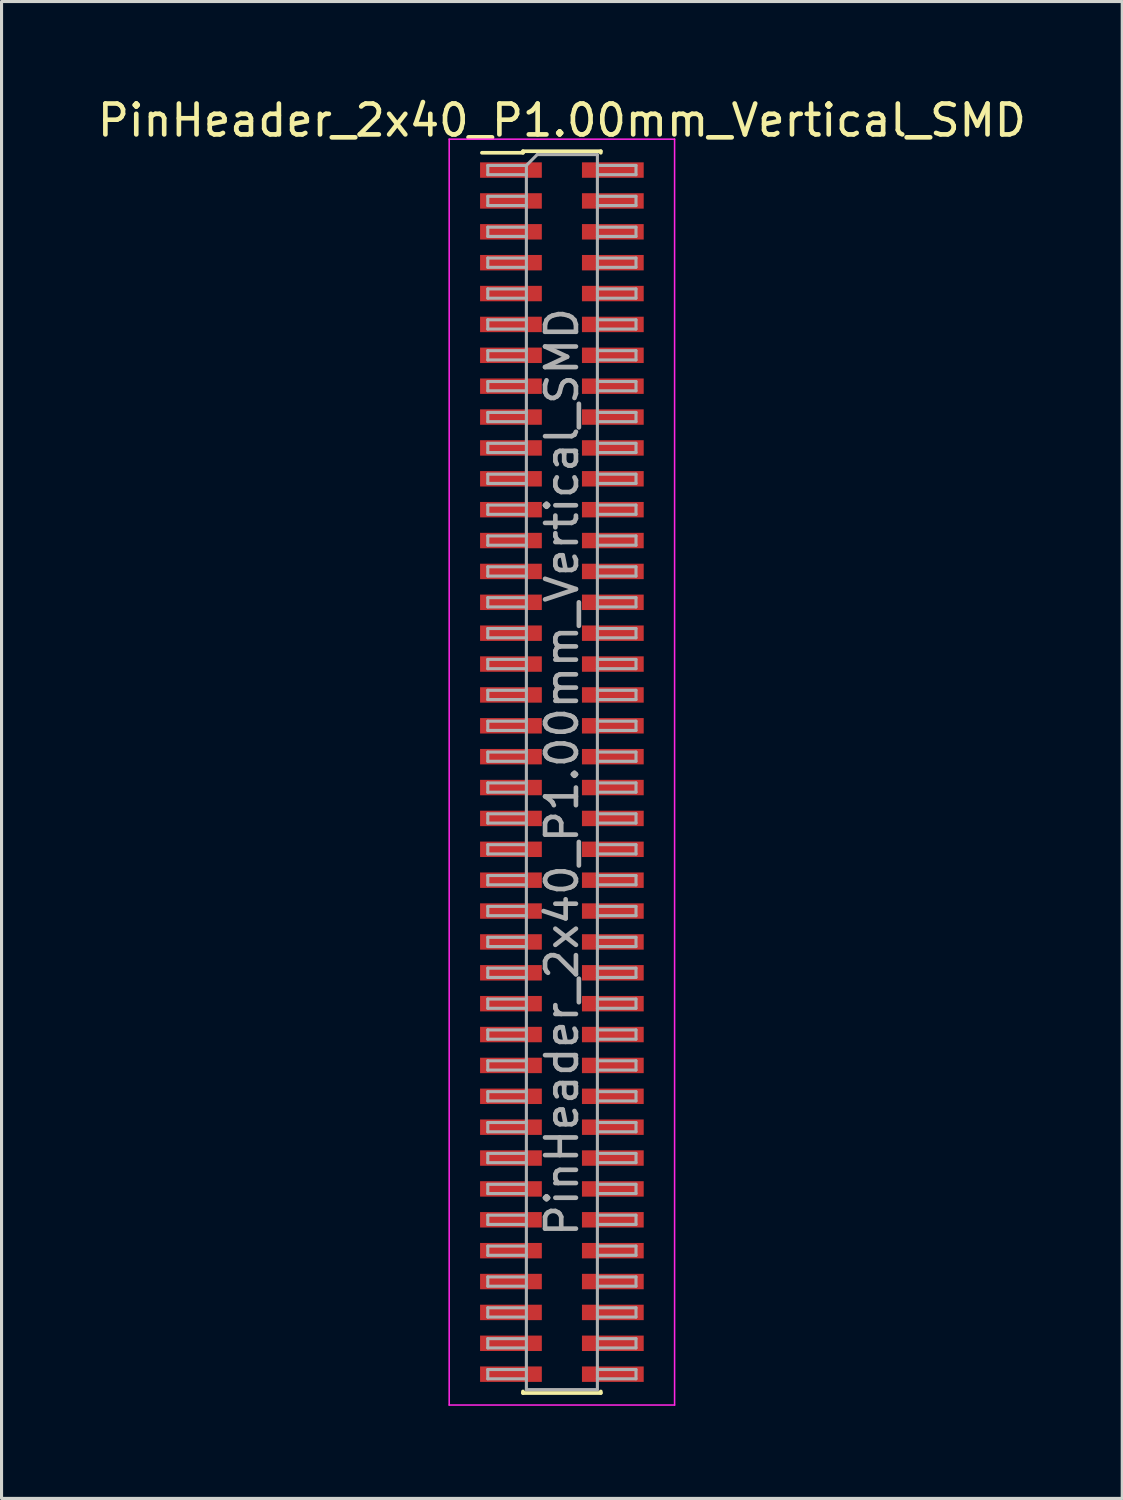
<source format=kicad_pcb>
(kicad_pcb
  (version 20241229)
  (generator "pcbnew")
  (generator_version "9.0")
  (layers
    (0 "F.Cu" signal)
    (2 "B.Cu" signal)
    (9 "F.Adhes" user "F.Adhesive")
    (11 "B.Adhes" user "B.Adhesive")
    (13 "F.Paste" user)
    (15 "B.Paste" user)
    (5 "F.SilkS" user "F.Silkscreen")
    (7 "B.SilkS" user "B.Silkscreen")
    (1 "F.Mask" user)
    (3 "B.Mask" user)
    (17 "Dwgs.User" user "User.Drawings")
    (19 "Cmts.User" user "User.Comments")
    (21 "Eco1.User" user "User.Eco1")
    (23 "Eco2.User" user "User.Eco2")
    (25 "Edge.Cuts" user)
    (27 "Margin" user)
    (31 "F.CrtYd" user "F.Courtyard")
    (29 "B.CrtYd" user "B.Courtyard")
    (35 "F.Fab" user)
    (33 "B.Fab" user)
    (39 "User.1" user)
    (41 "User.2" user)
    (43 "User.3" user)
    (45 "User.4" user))
  (footprint "PinHeader_2x40_P1.00mm_Vertical_SMD"
    (layer "F.Cu")
    (at 15.149 21.958)
    (property "Reference" "PinHeader_2x40_P1.00mm_Vertical_SMD" (at 0 -21.11 0) (layer "F.SilkS") (effects (font (size 1 1) (thickness 0.15))))
    (attr smd)
    (fp_line (start -2.59 -20.06) (end -1.26 -20.06) (stroke (width 0.12) (type solid)) (layer "F.SilkS"))
    (fp_line (start -1.26 -20.11) (end -1.26 -20.06) (stroke (width 0.12) (type solid)) (layer "F.SilkS"))
    (fp_line (start -1.26 -20.11) (end 1.26 -20.11) (stroke (width 0.12) (type solid)) (layer "F.SilkS"))
    (fp_line (start -1.26 20.06) (end -1.26 20.11) (stroke (width 0.12) (type solid)) (layer "F.SilkS"))
    (fp_line (start -1.26 20.11) (end 1.26 20.11) (stroke (width 0.12) (type solid)) (layer "F.SilkS"))
    (fp_line (start 1.26 -20.11) (end 1.26 -20.06) (stroke (width 0.12) (type solid)) (layer "F.SilkS"))
    (fp_line (start 1.26 20.06) (end 1.26 20.11) (stroke (width 0.12) (type solid)) (layer "F.SilkS"))
    (fp_line (start -3.65 -20.5) (end -3.65 20.5) (stroke (width 0.05) (type solid)) (layer "F.CrtYd"))
    (fp_line (start -3.65 20.5) (end 3.65 20.5) (stroke (width 0.05) (type solid)) (layer "F.CrtYd"))
    (fp_line (start 3.65 -20.5) (end -3.65 -20.5) (stroke (width 0.05) (type solid)) (layer "F.CrtYd"))
    (fp_line (start 3.65 20.5) (end 3.65 -20.5) (stroke (width 0.05) (type solid)) (layer "F.CrtYd"))
    (fp_line (start -2.4 -19.65) (end -2.4 -19.35) (stroke (width 0.1) (type solid)) (layer "F.Fab"))
    (fp_line (start -2.4 -19.35) (end -1.15 -19.35) (stroke (width 0.1) (type solid)) (layer "F.Fab"))
    (fp_line (start -2.4 -18.65) (end -2.4 -18.35) (stroke (width 0.1) (type solid)) (layer "F.Fab"))
    (fp_line (start -2.4 -18.35) (end -1.15 -18.35) (stroke (width 0.1) (type solid)) (layer "F.Fab"))
    (fp_line (start -2.4 -17.65) (end -2.4 -17.35) (stroke (width 0.1) (type solid)) (layer "F.Fab"))
    (fp_line (start -2.4 -17.35) (end -1.15 -17.35) (stroke (width 0.1) (type solid)) (layer "F.Fab"))
    (fp_line (start -2.4 -16.65) (end -2.4 -16.35) (stroke (width 0.1) (type solid)) (layer "F.Fab"))
    (fp_line (start -2.4 -16.35) (end -1.15 -16.35) (stroke (width 0.1) (type solid)) (layer "F.Fab"))
    (fp_line (start -2.4 -15.65) (end -2.4 -15.35) (stroke (width 0.1) (type solid)) (layer "F.Fab"))
    (fp_line (start -2.4 -15.35) (end -1.15 -15.35) (stroke (width 0.1) (type solid)) (layer "F.Fab"))
    (fp_line (start -2.4 -14.65) (end -2.4 -14.35) (stroke (width 0.1) (type solid)) (layer "F.Fab"))
    (fp_line (start -2.4 -14.35) (end -1.15 -14.35) (stroke (width 0.1) (type solid)) (layer "F.Fab"))
    (fp_line (start -2.4 -13.65) (end -2.4 -13.35) (stroke (width 0.1) (type solid)) (layer "F.Fab"))
    (fp_line (start -2.4 -13.35) (end -1.15 -13.35) (stroke (width 0.1) (type solid)) (layer "F.Fab"))
    (fp_line (start -2.4 -12.65) (end -2.4 -12.35) (stroke (width 0.1) (type solid)) (layer "F.Fab"))
    (fp_line (start -2.4 -12.35) (end -1.15 -12.35) (stroke (width 0.1) (type solid)) (layer "F.Fab"))
    (fp_line (start -2.4 -11.65) (end -2.4 -11.35) (stroke (width 0.1) (type solid)) (layer "F.Fab"))
    (fp_line (start -2.4 -11.35) (end -1.15 -11.35) (stroke (width 0.1) (type solid)) (layer "F.Fab"))
    (fp_line (start -2.4 -10.65) (end -2.4 -10.35) (stroke (width 0.1) (type solid)) (layer "F.Fab"))
    (fp_line (start -2.4 -10.35) (end -1.15 -10.35) (stroke (width 0.1) (type solid)) (layer "F.Fab"))
    (fp_line (start -2.4 -9.65) (end -2.4 -9.35) (stroke (width 0.1) (type solid)) (layer "F.Fab"))
    (fp_line (start -2.4 -9.35) (end -1.15 -9.35) (stroke (width 0.1) (type solid)) (layer "F.Fab"))
    (fp_line (start -2.4 -8.65) (end -2.4 -8.35) (stroke (width 0.1) (type solid)) (layer "F.Fab"))
    (fp_line (start -2.4 -8.35) (end -1.15 -8.35) (stroke (width 0.1) (type solid)) (layer "F.Fab"))
    (fp_line (start -2.4 -7.65) (end -2.4 -7.35) (stroke (width 0.1) (type solid)) (layer "F.Fab"))
    (fp_line (start -2.4 -7.35) (end -1.15 -7.35) (stroke (width 0.1) (type solid)) (layer "F.Fab"))
    (fp_line (start -2.4 -6.65) (end -2.4 -6.35) (stroke (width 0.1) (type solid)) (layer "F.Fab"))
    (fp_line (start -2.4 -6.35) (end -1.15 -6.35) (stroke (width 0.1) (type solid)) (layer "F.Fab"))
    (fp_line (start -2.4 -5.65) (end -2.4 -5.35) (stroke (width 0.1) (type solid)) (layer "F.Fab"))
    (fp_line (start -2.4 -5.35) (end -1.15 -5.35) (stroke (width 0.1) (type solid)) (layer "F.Fab"))
    (fp_line (start -2.4 -4.65) (end -2.4 -4.35) (stroke (width 0.1) (type solid)) (layer "F.Fab"))
    (fp_line (start -2.4 -4.35) (end -1.15 -4.35) (stroke (width 0.1) (type solid)) (layer "F.Fab"))
    (fp_line (start -2.4 -3.65) (end -2.4 -3.35) (stroke (width 0.1) (type solid)) (layer "F.Fab"))
    (fp_line (start -2.4 -3.35) (end -1.15 -3.35) (stroke (width 0.1) (type solid)) (layer "F.Fab"))
    (fp_line (start -2.4 -2.65) (end -2.4 -2.35) (stroke (width 0.1) (type solid)) (layer "F.Fab"))
    (fp_line (start -2.4 -2.35) (end -1.15 -2.35) (stroke (width 0.1) (type solid)) (layer "F.Fab"))
    (fp_line (start -2.4 -1.65) (end -2.4 -1.35) (stroke (width 0.1) (type solid)) (layer "F.Fab"))
    (fp_line (start -2.4 -1.35) (end -1.15 -1.35) (stroke (width 0.1) (type solid)) (layer "F.Fab"))
    (fp_line (start -2.4 -0.65) (end -2.4 -0.35) (stroke (width 0.1) (type solid)) (layer "F.Fab"))
    (fp_line (start -2.4 -0.35) (end -1.15 -0.35) (stroke (width 0.1) (type solid)) (layer "F.Fab"))
    (fp_line (start -2.4 0.35) (end -2.4 0.65) (stroke (width 0.1) (type solid)) (layer "F.Fab"))
    (fp_line (start -2.4 0.65) (end -1.15 0.65) (stroke (width 0.1) (type solid)) (layer "F.Fab"))
    (fp_line (start -2.4 1.35) (end -2.4 1.65) (stroke (width 0.1) (type solid)) (layer "F.Fab"))
    (fp_line (start -2.4 1.65) (end -1.15 1.65) (stroke (width 0.1) (type solid)) (layer "F.Fab"))
    (fp_line (start -2.4 2.35) (end -2.4 2.65) (stroke (width 0.1) (type solid)) (layer "F.Fab"))
    (fp_line (start -2.4 2.65) (end -1.15 2.65) (stroke (width 0.1) (type solid)) (layer "F.Fab"))
    (fp_line (start -2.4 3.35) (end -2.4 3.65) (stroke (width 0.1) (type solid)) (layer "F.Fab"))
    (fp_line (start -2.4 3.65) (end -1.15 3.65) (stroke (width 0.1) (type solid)) (layer "F.Fab"))
    (fp_line (start -2.4 4.35) (end -2.4 4.65) (stroke (width 0.1) (type solid)) (layer "F.Fab"))
    (fp_line (start -2.4 4.65) (end -1.15 4.65) (stroke (width 0.1) (type solid)) (layer "F.Fab"))
    (fp_line (start -2.4 5.35) (end -2.4 5.65) (stroke (width 0.1) (type solid)) (layer "F.Fab"))
    (fp_line (start -2.4 5.65) (end -1.15 5.65) (stroke (width 0.1) (type solid)) (layer "F.Fab"))
    (fp_line (start -2.4 6.35) (end -2.4 6.65) (stroke (width 0.1) (type solid)) (layer "F.Fab"))
    (fp_line (start -2.4 6.65) (end -1.15 6.65) (stroke (width 0.1) (type solid)) (layer "F.Fab"))
    (fp_line (start -2.4 7.35) (end -2.4 7.65) (stroke (width 0.1) (type solid)) (layer "F.Fab"))
    (fp_line (start -2.4 7.65) (end -1.15 7.65) (stroke (width 0.1) (type solid)) (layer "F.Fab"))
    (fp_line (start -2.4 8.35) (end -2.4 8.65) (stroke (width 0.1) (type solid)) (layer "F.Fab"))
    (fp_line (start -2.4 8.65) (end -1.15 8.65) (stroke (width 0.1) (type solid)) (layer "F.Fab"))
    (fp_line (start -2.4 9.35) (end -2.4 9.65) (stroke (width 0.1) (type solid)) (layer "F.Fab"))
    (fp_line (start -2.4 9.65) (end -1.15 9.65) (stroke (width 0.1) (type solid)) (layer "F.Fab"))
    (fp_line (start -2.4 10.35) (end -2.4 10.65) (stroke (width 0.1) (type solid)) (layer "F.Fab"))
    (fp_line (start -2.4 10.65) (end -1.15 10.65) (stroke (width 0.1) (type solid)) (layer "F.Fab"))
    (fp_line (start -2.4 11.35) (end -2.4 11.65) (stroke (width 0.1) (type solid)) (layer "F.Fab"))
    (fp_line (start -2.4 11.65) (end -1.15 11.65) (stroke (width 0.1) (type solid)) (layer "F.Fab"))
    (fp_line (start -2.4 12.35) (end -2.4 12.65) (stroke (width 0.1) (type solid)) (layer "F.Fab"))
    (fp_line (start -2.4 12.65) (end -1.15 12.65) (stroke (width 0.1) (type solid)) (layer "F.Fab"))
    (fp_line (start -2.4 13.35) (end -2.4 13.65) (stroke (width 0.1) (type solid)) (layer "F.Fab"))
    (fp_line (start -2.4 13.65) (end -1.15 13.65) (stroke (width 0.1) (type solid)) (layer "F.Fab"))
    (fp_line (start -2.4 14.35) (end -2.4 14.65) (stroke (width 0.1) (type solid)) (layer "F.Fab"))
    (fp_line (start -2.4 14.65) (end -1.15 14.65) (stroke (width 0.1) (type solid)) (layer "F.Fab"))
    (fp_line (start -2.4 15.35) (end -2.4 15.65) (stroke (width 0.1) (type solid)) (layer "F.Fab"))
    (fp_line (start -2.4 15.65) (end -1.15 15.65) (stroke (width 0.1) (type solid)) (layer "F.Fab"))
    (fp_line (start -2.4 16.35) (end -2.4 16.65) (stroke (width 0.1) (type solid)) (layer "F.Fab"))
    (fp_line (start -2.4 16.65) (end -1.15 16.65) (stroke (width 0.1) (type solid)) (layer "F.Fab"))
    (fp_line (start -2.4 17.35) (end -2.4 17.65) (stroke (width 0.1) (type solid)) (layer "F.Fab"))
    (fp_line (start -2.4 17.65) (end -1.15 17.65) (stroke (width 0.1) (type solid)) (layer "F.Fab"))
    (fp_line (start -2.4 18.35) (end -2.4 18.65) (stroke (width 0.1) (type solid)) (layer "F.Fab"))
    (fp_line (start -2.4 18.65) (end -1.15 18.65) (stroke (width 0.1) (type solid)) (layer "F.Fab"))
    (fp_line (start -2.4 19.35) (end -2.4 19.65) (stroke (width 0.1) (type solid)) (layer "F.Fab"))
    (fp_line (start -2.4 19.65) (end -1.15 19.65) (stroke (width 0.1) (type solid)) (layer "F.Fab"))
    (fp_line (start -1.15 -19.65) (end -2.4 -19.65) (stroke (width 0.1) (type solid)) (layer "F.Fab"))
    (fp_line (start -1.15 -19.65) (end -0.8 -20) (stroke (width 0.1) (type solid)) (layer "F.Fab"))
    (fp_line (start -1.15 -18.65) (end -2.4 -18.65) (stroke (width 0.1) (type solid)) (layer "F.Fab"))
    (fp_line (start -1.15 -17.65) (end -2.4 -17.65) (stroke (width 0.1) (type solid)) (layer "F.Fab"))
    (fp_line (start -1.15 -16.65) (end -2.4 -16.65) (stroke (width 0.1) (type solid)) (layer "F.Fab"))
    (fp_line (start -1.15 -15.65) (end -2.4 -15.65) (stroke (width 0.1) (type solid)) (layer "F.Fab"))
    (fp_line (start -1.15 -14.65) (end -2.4 -14.65) (stroke (width 0.1) (type solid)) (layer "F.Fab"))
    (fp_line (start -1.15 -13.65) (end -2.4 -13.65) (stroke (width 0.1) (type solid)) (layer "F.Fab"))
    (fp_line (start -1.15 -12.65) (end -2.4 -12.65) (stroke (width 0.1) (type solid)) (layer "F.Fab"))
    (fp_line (start -1.15 -11.65) (end -2.4 -11.65) (stroke (width 0.1) (type solid)) (layer "F.Fab"))
    (fp_line (start -1.15 -10.65) (end -2.4 -10.65) (stroke (width 0.1) (type solid)) (layer "F.Fab"))
    (fp_line (start -1.15 -9.65) (end -2.4 -9.65) (stroke (width 0.1) (type solid)) (layer "F.Fab"))
    (fp_line (start -1.15 -8.65) (end -2.4 -8.65) (stroke (width 0.1) (type solid)) (layer "F.Fab"))
    (fp_line (start -1.15 -7.65) (end -2.4 -7.65) (stroke (width 0.1) (type solid)) (layer "F.Fab"))
    (fp_line (start -1.15 -6.65) (end -2.4 -6.65) (stroke (width 0.1) (type solid)) (layer "F.Fab"))
    (fp_line (start -1.15 -5.65) (end -2.4 -5.65) (stroke (width 0.1) (type solid)) (layer "F.Fab"))
    (fp_line (start -1.15 -4.65) (end -2.4 -4.65) (stroke (width 0.1) (type solid)) (layer "F.Fab"))
    (fp_line (start -1.15 -3.65) (end -2.4 -3.65) (stroke (width 0.1) (type solid)) (layer "F.Fab"))
    (fp_line (start -1.15 -2.65) (end -2.4 -2.65) (stroke (width 0.1) (type solid)) (layer "F.Fab"))
    (fp_line (start -1.15 -1.65) (end -2.4 -1.65) (stroke (width 0.1) (type solid)) (layer "F.Fab"))
    (fp_line (start -1.15 -0.65) (end -2.4 -0.65) (stroke (width 0.1) (type solid)) (layer "F.Fab"))
    (fp_line (start -1.15 0.35) (end -2.4 0.35) (stroke (width 0.1) (type solid)) (layer "F.Fab"))
    (fp_line (start -1.15 1.35) (end -2.4 1.35) (stroke (width 0.1) (type solid)) (layer "F.Fab"))
    (fp_line (start -1.15 2.35) (end -2.4 2.35) (stroke (width 0.1) (type solid)) (layer "F.Fab"))
    (fp_line (start -1.15 3.35) (end -2.4 3.35) (stroke (width 0.1) (type solid)) (layer "F.Fab"))
    (fp_line (start -1.15 4.35) (end -2.4 4.35) (stroke (width 0.1) (type solid)) (layer "F.Fab"))
    (fp_line (start -1.15 5.35) (end -2.4 5.35) (stroke (width 0.1) (type solid)) (layer "F.Fab"))
    (fp_line (start -1.15 6.35) (end -2.4 6.35) (stroke (width 0.1) (type solid)) (layer "F.Fab"))
    (fp_line (start -1.15 7.35) (end -2.4 7.35) (stroke (width 0.1) (type solid)) (layer "F.Fab"))
    (fp_line (start -1.15 8.35) (end -2.4 8.35) (stroke (width 0.1) (type solid)) (layer "F.Fab"))
    (fp_line (start -1.15 9.35) (end -2.4 9.35) (stroke (width 0.1) (type solid)) (layer "F.Fab"))
    (fp_line (start -1.15 10.35) (end -2.4 10.35) (stroke (width 0.1) (type solid)) (layer "F.Fab"))
    (fp_line (start -1.15 11.35) (end -2.4 11.35) (stroke (width 0.1) (type solid)) (layer "F.Fab"))
    (fp_line (start -1.15 12.35) (end -2.4 12.35) (stroke (width 0.1) (type solid)) (layer "F.Fab"))
    (fp_line (start -1.15 13.35) (end -2.4 13.35) (stroke (width 0.1) (type solid)) (layer "F.Fab"))
    (fp_line (start -1.15 14.35) (end -2.4 14.35) (stroke (width 0.1) (type solid)) (layer "F.Fab"))
    (fp_line (start -1.15 15.35) (end -2.4 15.35) (stroke (width 0.1) (type solid)) (layer "F.Fab"))
    (fp_line (start -1.15 16.35) (end -2.4 16.35) (stroke (width 0.1) (type solid)) (layer "F.Fab"))
    (fp_line (start -1.15 17.35) (end -2.4 17.35) (stroke (width 0.1) (type solid)) (layer "F.Fab"))
    (fp_line (start -1.15 18.35) (end -2.4 18.35) (stroke (width 0.1) (type solid)) (layer "F.Fab"))
    (fp_line (start -1.15 19.35) (end -2.4 19.35) (stroke (width 0.1) (type solid)) (layer "F.Fab"))
    (fp_line (start -1.15 20) (end -1.15 -19.65) (stroke (width 0.1) (type solid)) (layer "F.Fab"))
    (fp_line (start -0.8 -20) (end 1.15 -20) (stroke (width 0.1) (type solid)) (layer "F.Fab"))
    (fp_line (start 1.15 -20) (end 1.15 20) (stroke (width 0.1) (type solid)) (layer "F.Fab"))
    (fp_line (start 1.15 -19.65) (end 2.4 -19.65) (stroke (width 0.1) (type solid)) (layer "F.Fab"))
    (fp_line (start 1.15 -18.65) (end 2.4 -18.65) (stroke (width 0.1) (type solid)) (layer "F.Fab"))
    (fp_line (start 1.15 -17.65) (end 2.4 -17.65) (stroke (width 0.1) (type solid)) (layer "F.Fab"))
    (fp_line (start 1.15 -16.65) (end 2.4 -16.65) (stroke (width 0.1) (type solid)) (layer "F.Fab"))
    (fp_line (start 1.15 -15.65) (end 2.4 -15.65) (stroke (width 0.1) (type solid)) (layer "F.Fab"))
    (fp_line (start 1.15 -14.65) (end 2.4 -14.65) (stroke (width 0.1) (type solid)) (layer "F.Fab"))
    (fp_line (start 1.15 -13.65) (end 2.4 -13.65) (stroke (width 0.1) (type solid)) (layer "F.Fab"))
    (fp_line (start 1.15 -12.65) (end 2.4 -12.65) (stroke (width 0.1) (type solid)) (layer "F.Fab"))
    (fp_line (start 1.15 -11.65) (end 2.4 -11.65) (stroke (width 0.1) (type solid)) (layer "F.Fab"))
    (fp_line (start 1.15 -10.65) (end 2.4 -10.65) (stroke (width 0.1) (type solid)) (layer "F.Fab"))
    (fp_line (start 1.15 -9.65) (end 2.4 -9.65) (stroke (width 0.1) (type solid)) (layer "F.Fab"))
    (fp_line (start 1.15 -8.65) (end 2.4 -8.65) (stroke (width 0.1) (type solid)) (layer "F.Fab"))
    (fp_line (start 1.15 -7.65) (end 2.4 -7.65) (stroke (width 0.1) (type solid)) (layer "F.Fab"))
    (fp_line (start 1.15 -6.65) (end 2.4 -6.65) (stroke (width 0.1) (type solid)) (layer "F.Fab"))
    (fp_line (start 1.15 -5.65) (end 2.4 -5.65) (stroke (width 0.1) (type solid)) (layer "F.Fab"))
    (fp_line (start 1.15 -4.65) (end 2.4 -4.65) (stroke (width 0.1) (type solid)) (layer "F.Fab"))
    (fp_line (start 1.15 -3.65) (end 2.4 -3.65) (stroke (width 0.1) (type solid)) (layer "F.Fab"))
    (fp_line (start 1.15 -2.65) (end 2.4 -2.65) (stroke (width 0.1) (type solid)) (layer "F.Fab"))
    (fp_line (start 1.15 -1.65) (end 2.4 -1.65) (stroke (width 0.1) (type solid)) (layer "F.Fab"))
    (fp_line (start 1.15 -0.65) (end 2.4 -0.65) (stroke (width 0.1) (type solid)) (layer "F.Fab"))
    (fp_line (start 1.15 0.35) (end 2.4 0.35) (stroke (width 0.1) (type solid)) (layer "F.Fab"))
    (fp_line (start 1.15 1.35) (end 2.4 1.35) (stroke (width 0.1) (type solid)) (layer "F.Fab"))
    (fp_line (start 1.15 2.35) (end 2.4 2.35) (stroke (width 0.1) (type solid)) (layer "F.Fab"))
    (fp_line (start 1.15 3.35) (end 2.4 3.35) (stroke (width 0.1) (type solid)) (layer "F.Fab"))
    (fp_line (start 1.15 4.35) (end 2.4 4.35) (stroke (width 0.1) (type solid)) (layer "F.Fab"))
    (fp_line (start 1.15 5.35) (end 2.4 5.35) (stroke (width 0.1) (type solid)) (layer "F.Fab"))
    (fp_line (start 1.15 6.35) (end 2.4 6.35) (stroke (width 0.1) (type solid)) (layer "F.Fab"))
    (fp_line (start 1.15 7.35) (end 2.4 7.35) (stroke (width 0.1) (type solid)) (layer "F.Fab"))
    (fp_line (start 1.15 8.35) (end 2.4 8.35) (stroke (width 0.1) (type solid)) (layer "F.Fab"))
    (fp_line (start 1.15 9.35) (end 2.4 9.35) (stroke (width 0.1) (type solid)) (layer "F.Fab"))
    (fp_line (start 1.15 10.35) (end 2.4 10.35) (stroke (width 0.1) (type solid)) (layer "F.Fab"))
    (fp_line (start 1.15 11.35) (end 2.4 11.35) (stroke (width 0.1) (type solid)) (layer "F.Fab"))
    (fp_line (start 1.15 12.35) (end 2.4 12.35) (stroke (width 0.1) (type solid)) (layer "F.Fab"))
    (fp_line (start 1.15 13.35) (end 2.4 13.35) (stroke (width 0.1) (type solid)) (layer "F.Fab"))
    (fp_line (start 1.15 14.35) (end 2.4 14.35) (stroke (width 0.1) (type solid)) (layer "F.Fab"))
    (fp_line (start 1.15 15.35) (end 2.4 15.35) (stroke (width 0.1) (type solid)) (layer "F.Fab"))
    (fp_line (start 1.15 16.35) (end 2.4 16.35) (stroke (width 0.1) (type solid)) (layer "F.Fab"))
    (fp_line (start 1.15 17.35) (end 2.4 17.35) (stroke (width 0.1) (type solid)) (layer "F.Fab"))
    (fp_line (start 1.15 18.35) (end 2.4 18.35) (stroke (width 0.1) (type solid)) (layer "F.Fab"))
    (fp_line (start 1.15 19.35) (end 2.4 19.35) (stroke (width 0.1) (type solid)) (layer "F.Fab"))
    (fp_line (start 1.15 20) (end -1.15 20) (stroke (width 0.1) (type solid)) (layer "F.Fab"))
    (fp_line (start 2.4 -19.65) (end 2.4 -19.35) (stroke (width 0.1) (type solid)) (layer "F.Fab"))
    (fp_line (start 2.4 -19.35) (end 1.15 -19.35) (stroke (width 0.1) (type solid)) (layer "F.Fab"))
    (fp_line (start 2.4 -18.65) (end 2.4 -18.35) (stroke (width 0.1) (type solid)) (layer "F.Fab"))
    (fp_line (start 2.4 -18.35) (end 1.15 -18.35) (stroke (width 0.1) (type solid)) (layer "F.Fab"))
    (fp_line (start 2.4 -17.65) (end 2.4 -17.35) (stroke (width 0.1) (type solid)) (layer "F.Fab"))
    (fp_line (start 2.4 -17.35) (end 1.15 -17.35) (stroke (width 0.1) (type solid)) (layer "F.Fab"))
    (fp_line (start 2.4 -16.65) (end 2.4 -16.35) (stroke (width 0.1) (type solid)) (layer "F.Fab"))
    (fp_line (start 2.4 -16.35) (end 1.15 -16.35) (stroke (width 0.1) (type solid)) (layer "F.Fab"))
    (fp_line (start 2.4 -15.65) (end 2.4 -15.35) (stroke (width 0.1) (type solid)) (layer "F.Fab"))
    (fp_line (start 2.4 -15.35) (end 1.15 -15.35) (stroke (width 0.1) (type solid)) (layer "F.Fab"))
    (fp_line (start 2.4 -14.65) (end 2.4 -14.35) (stroke (width 0.1) (type solid)) (layer "F.Fab"))
    (fp_line (start 2.4 -14.35) (end 1.15 -14.35) (stroke (width 0.1) (type solid)) (layer "F.Fab"))
    (fp_line (start 2.4 -13.65) (end 2.4 -13.35) (stroke (width 0.1) (type solid)) (layer "F.Fab"))
    (fp_line (start 2.4 -13.35) (end 1.15 -13.35) (stroke (width 0.1) (type solid)) (layer "F.Fab"))
    (fp_line (start 2.4 -12.65) (end 2.4 -12.35) (stroke (width 0.1) (type solid)) (layer "F.Fab"))
    (fp_line (start 2.4 -12.35) (end 1.15 -12.35) (stroke (width 0.1) (type solid)) (layer "F.Fab"))
    (fp_line (start 2.4 -11.65) (end 2.4 -11.35) (stroke (width 0.1) (type solid)) (layer "F.Fab"))
    (fp_line (start 2.4 -11.35) (end 1.15 -11.35) (stroke (width 0.1) (type solid)) (layer "F.Fab"))
    (fp_line (start 2.4 -10.65) (end 2.4 -10.35) (stroke (width 0.1) (type solid)) (layer "F.Fab"))
    (fp_line (start 2.4 -10.35) (end 1.15 -10.35) (stroke (width 0.1) (type solid)) (layer "F.Fab"))
    (fp_line (start 2.4 -9.65) (end 2.4 -9.35) (stroke (width 0.1) (type solid)) (layer "F.Fab"))
    (fp_line (start 2.4 -9.35) (end 1.15 -9.35) (stroke (width 0.1) (type solid)) (layer "F.Fab"))
    (fp_line (start 2.4 -8.65) (end 2.4 -8.35) (stroke (width 0.1) (type solid)) (layer "F.Fab"))
    (fp_line (start 2.4 -8.35) (end 1.15 -8.35) (stroke (width 0.1) (type solid)) (layer "F.Fab"))
    (fp_line (start 2.4 -7.65) (end 2.4 -7.35) (stroke (width 0.1) (type solid)) (layer "F.Fab"))
    (fp_line (start 2.4 -7.35) (end 1.15 -7.35) (stroke (width 0.1) (type solid)) (layer "F.Fab"))
    (fp_line (start 2.4 -6.65) (end 2.4 -6.35) (stroke (width 0.1) (type solid)) (layer "F.Fab"))
    (fp_line (start 2.4 -6.35) (end 1.15 -6.35) (stroke (width 0.1) (type solid)) (layer "F.Fab"))
    (fp_line (start 2.4 -5.65) (end 2.4 -5.35) (stroke (width 0.1) (type solid)) (layer "F.Fab"))
    (fp_line (start 2.4 -5.35) (end 1.15 -5.35) (stroke (width 0.1) (type solid)) (layer "F.Fab"))
    (fp_line (start 2.4 -4.65) (end 2.4 -4.35) (stroke (width 0.1) (type solid)) (layer "F.Fab"))
    (fp_line (start 2.4 -4.35) (end 1.15 -4.35) (stroke (width 0.1) (type solid)) (layer "F.Fab"))
    (fp_line (start 2.4 -3.65) (end 2.4 -3.35) (stroke (width 0.1) (type solid)) (layer "F.Fab"))
    (fp_line (start 2.4 -3.35) (end 1.15 -3.35) (stroke (width 0.1) (type solid)) (layer "F.Fab"))
    (fp_line (start 2.4 -2.65) (end 2.4 -2.35) (stroke (width 0.1) (type solid)) (layer "F.Fab"))
    (fp_line (start 2.4 -2.35) (end 1.15 -2.35) (stroke (width 0.1) (type solid)) (layer "F.Fab"))
    (fp_line (start 2.4 -1.65) (end 2.4 -1.35) (stroke (width 0.1) (type solid)) (layer "F.Fab"))
    (fp_line (start 2.4 -1.35) (end 1.15 -1.35) (stroke (width 0.1) (type solid)) (layer "F.Fab"))
    (fp_line (start 2.4 -0.65) (end 2.4 -0.35) (stroke (width 0.1) (type solid)) (layer "F.Fab"))
    (fp_line (start 2.4 -0.35) (end 1.15 -0.35) (stroke (width 0.1) (type solid)) (layer "F.Fab"))
    (fp_line (start 2.4 0.35) (end 2.4 0.65) (stroke (width 0.1) (type solid)) (layer "F.Fab"))
    (fp_line (start 2.4 0.65) (end 1.15 0.65) (stroke (width 0.1) (type solid)) (layer "F.Fab"))
    (fp_line (start 2.4 1.35) (end 2.4 1.65) (stroke (width 0.1) (type solid)) (layer "F.Fab"))
    (fp_line (start 2.4 1.65) (end 1.15 1.65) (stroke (width 0.1) (type solid)) (layer "F.Fab"))
    (fp_line (start 2.4 2.35) (end 2.4 2.65) (stroke (width 0.1) (type solid)) (layer "F.Fab"))
    (fp_line (start 2.4 2.65) (end 1.15 2.65) (stroke (width 0.1) (type solid)) (layer "F.Fab"))
    (fp_line (start 2.4 3.35) (end 2.4 3.65) (stroke (width 0.1) (type solid)) (layer "F.Fab"))
    (fp_line (start 2.4 3.65) (end 1.15 3.65) (stroke (width 0.1) (type solid)) (layer "F.Fab"))
    (fp_line (start 2.4 4.35) (end 2.4 4.65) (stroke (width 0.1) (type solid)) (layer "F.Fab"))
    (fp_line (start 2.4 4.65) (end 1.15 4.65) (stroke (width 0.1) (type solid)) (layer "F.Fab"))
    (fp_line (start 2.4 5.35) (end 2.4 5.65) (stroke (width 0.1) (type solid)) (layer "F.Fab"))
    (fp_line (start 2.4 5.65) (end 1.15 5.65) (stroke (width 0.1) (type solid)) (layer "F.Fab"))
    (fp_line (start 2.4 6.35) (end 2.4 6.65) (stroke (width 0.1) (type solid)) (layer "F.Fab"))
    (fp_line (start 2.4 6.65) (end 1.15 6.65) (stroke (width 0.1) (type solid)) (layer "F.Fab"))
    (fp_line (start 2.4 7.35) (end 2.4 7.65) (stroke (width 0.1) (type solid)) (layer "F.Fab"))
    (fp_line (start 2.4 7.65) (end 1.15 7.65) (stroke (width 0.1) (type solid)) (layer "F.Fab"))
    (fp_line (start 2.4 8.35) (end 2.4 8.65) (stroke (width 0.1) (type solid)) (layer "F.Fab"))
    (fp_line (start 2.4 8.65) (end 1.15 8.65) (stroke (width 0.1) (type solid)) (layer "F.Fab"))
    (fp_line (start 2.4 9.35) (end 2.4 9.65) (stroke (width 0.1) (type solid)) (layer "F.Fab"))
    (fp_line (start 2.4 9.65) (end 1.15 9.65) (stroke (width 0.1) (type solid)) (layer "F.Fab"))
    (fp_line (start 2.4 10.35) (end 2.4 10.65) (stroke (width 0.1) (type solid)) (layer "F.Fab"))
    (fp_line (start 2.4 10.65) (end 1.15 10.65) (stroke (width 0.1) (type solid)) (layer "F.Fab"))
    (fp_line (start 2.4 11.35) (end 2.4 11.65) (stroke (width 0.1) (type solid)) (layer "F.Fab"))
    (fp_line (start 2.4 11.65) (end 1.15 11.65) (stroke (width 0.1) (type solid)) (layer "F.Fab"))
    (fp_line (start 2.4 12.35) (end 2.4 12.65) (stroke (width 0.1) (type solid)) (layer "F.Fab"))
    (fp_line (start 2.4 12.65) (end 1.15 12.65) (stroke (width 0.1) (type solid)) (layer "F.Fab"))
    (fp_line (start 2.4 13.35) (end 2.4 13.65) (stroke (width 0.1) (type solid)) (layer "F.Fab"))
    (fp_line (start 2.4 13.65) (end 1.15 13.65) (stroke (width 0.1) (type solid)) (layer "F.Fab"))
    (fp_line (start 2.4 14.35) (end 2.4 14.65) (stroke (width 0.1) (type solid)) (layer "F.Fab"))
    (fp_line (start 2.4 14.65) (end 1.15 14.65) (stroke (width 0.1) (type solid)) (layer "F.Fab"))
    (fp_line (start 2.4 15.35) (end 2.4 15.65) (stroke (width 0.1) (type solid)) (layer "F.Fab"))
    (fp_line (start 2.4 15.65) (end 1.15 15.65) (stroke (width 0.1) (type solid)) (layer "F.Fab"))
    (fp_line (start 2.4 16.35) (end 2.4 16.65) (stroke (width 0.1) (type solid)) (layer "F.Fab"))
    (fp_line (start 2.4 16.65) (end 1.15 16.65) (stroke (width 0.1) (type solid)) (layer "F.Fab"))
    (fp_line (start 2.4 17.35) (end 2.4 17.65) (stroke (width 0.1) (type solid)) (layer "F.Fab"))
    (fp_line (start 2.4 17.65) (end 1.15 17.65) (stroke (width 0.1) (type solid)) (layer "F.Fab"))
    (fp_line (start 2.4 18.35) (end 2.4 18.65) (stroke (width 0.1) (type solid)) (layer "F.Fab"))
    (fp_line (start 2.4 18.65) (end 1.15 18.65) (stroke (width 0.1) (type solid)) (layer "F.Fab"))
    (fp_line (start 2.4 19.35) (end 2.4 19.65) (stroke (width 0.1) (type solid)) (layer "F.Fab"))
    (fp_line (start 2.4 19.65) (end 1.15 19.65) (stroke (width 0.1) (type solid)) (layer "F.Fab"))
    (fp_text user "${REFERENCE}" (at 0 0 90) (layer "F.Fab") (effects (font (size 1 1) (thickness 0.15))))
    (pad "1" smd rect (at -1.65 -19.5) (size 2 0.5) (layers "F.Cu" "F.Mask" "F.Paste"))
    (pad "2" smd rect (at 1.65 -19.5) (size 2 0.5) (layers "F.Cu" "F.Mask" "F.Paste"))
    (pad "3" smd rect (at -1.65 -18.5) (size 2 0.5) (layers "F.Cu" "F.Mask" "F.Paste"))
    (pad "4" smd rect (at 1.65 -18.5) (size 2 0.5) (layers "F.Cu" "F.Mask" "F.Paste"))
    (pad "5" smd rect (at -1.65 -17.5) (size 2 0.5) (layers "F.Cu" "F.Mask" "F.Paste"))
    (pad "6" smd rect (at 1.65 -17.5) (size 2 0.5) (layers "F.Cu" "F.Mask" "F.Paste"))
    (pad "7" smd rect (at -1.65 -16.5) (size 2 0.5) (layers "F.Cu" "F.Mask" "F.Paste"))
    (pad "8" smd rect (at 1.65 -16.5) (size 2 0.5) (layers "F.Cu" "F.Mask" "F.Paste"))
    (pad "9" smd rect (at -1.65 -15.5) (size 2 0.5) (layers "F.Cu" "F.Mask" "F.Paste"))
    (pad "10" smd rect (at 1.65 -15.5) (size 2 0.5) (layers "F.Cu" "F.Mask" "F.Paste"))
    (pad "11" smd rect (at -1.65 -14.5) (size 2 0.5) (layers "F.Cu" "F.Mask" "F.Paste"))
    (pad "12" smd rect (at 1.65 -14.5) (size 2 0.5) (layers "F.Cu" "F.Mask" "F.Paste"))
    (pad "13" smd rect (at -1.65 -13.5) (size 2 0.5) (layers "F.Cu" "F.Mask" "F.Paste"))
    (pad "14" smd rect (at 1.65 -13.5) (size 2 0.5) (layers "F.Cu" "F.Mask" "F.Paste"))
    (pad "15" smd rect (at -1.65 -12.5) (size 2 0.5) (layers "F.Cu" "F.Mask" "F.Paste"))
    (pad "16" smd rect (at 1.65 -12.5) (size 2 0.5) (layers "F.Cu" "F.Mask" "F.Paste"))
    (pad "17" smd rect (at -1.65 -11.5) (size 2 0.5) (layers "F.Cu" "F.Mask" "F.Paste"))
    (pad "18" smd rect (at 1.65 -11.5) (size 2 0.5) (layers "F.Cu" "F.Mask" "F.Paste"))
    (pad "19" smd rect (at -1.65 -10.5) (size 2 0.5) (layers "F.Cu" "F.Mask" "F.Paste"))
    (pad "20" smd rect (at 1.65 -10.5) (size 2 0.5) (layers "F.Cu" "F.Mask" "F.Paste"))
    (pad "21" smd rect (at -1.65 -9.5) (size 2 0.5) (layers "F.Cu" "F.Mask" "F.Paste"))
    (pad "22" smd rect (at 1.65 -9.5) (size 2 0.5) (layers "F.Cu" "F.Mask" "F.Paste"))
    (pad "23" smd rect (at -1.65 -8.5) (size 2 0.5) (layers "F.Cu" "F.Mask" "F.Paste"))
    (pad "24" smd rect (at 1.65 -8.5) (size 2 0.5) (layers "F.Cu" "F.Mask" "F.Paste"))
    (pad "25" smd rect (at -1.65 -7.5) (size 2 0.5) (layers "F.Cu" "F.Mask" "F.Paste"))
    (pad "26" smd rect (at 1.65 -7.5) (size 2 0.5) (layers "F.Cu" "F.Mask" "F.Paste"))
    (pad "27" smd rect (at -1.65 -6.5) (size 2 0.5) (layers "F.Cu" "F.Mask" "F.Paste"))
    (pad "28" smd rect (at 1.65 -6.5) (size 2 0.5) (layers "F.Cu" "F.Mask" "F.Paste"))
    (pad "29" smd rect (at -1.65 -5.5) (size 2 0.5) (layers "F.Cu" "F.Mask" "F.Paste"))
    (pad "30" smd rect (at 1.65 -5.5) (size 2 0.5) (layers "F.Cu" "F.Mask" "F.Paste"))
    (pad "31" smd rect (at -1.65 -4.5) (size 2 0.5) (layers "F.Cu" "F.Mask" "F.Paste"))
    (pad "32" smd rect (at 1.65 -4.5) (size 2 0.5) (layers "F.Cu" "F.Mask" "F.Paste"))
    (pad "33" smd rect (at -1.65 -3.5) (size 2 0.5) (layers "F.Cu" "F.Mask" "F.Paste"))
    (pad "34" smd rect (at 1.65 -3.5) (size 2 0.5) (layers "F.Cu" "F.Mask" "F.Paste"))
    (pad "35" smd rect (at -1.65 -2.5) (size 2 0.5) (layers "F.Cu" "F.Mask" "F.Paste"))
    (pad "36" smd rect (at 1.65 -2.5) (size 2 0.5) (layers "F.Cu" "F.Mask" "F.Paste"))
    (pad "37" smd rect (at -1.65 -1.5) (size 2 0.5) (layers "F.Cu" "F.Mask" "F.Paste"))
    (pad "38" smd rect (at 1.65 -1.5) (size 2 0.5) (layers "F.Cu" "F.Mask" "F.Paste"))
    (pad "39" smd rect (at -1.65 -0.5) (size 2 0.5) (layers "F.Cu" "F.Mask" "F.Paste"))
    (pad "40" smd rect (at 1.65 -0.5) (size 2 0.5) (layers "F.Cu" "F.Mask" "F.Paste"))
    (pad "41" smd rect (at -1.65 0.5) (size 2 0.5) (layers "F.Cu" "F.Mask" "F.Paste"))
    (pad "42" smd rect (at 1.65 0.5) (size 2 0.5) (layers "F.Cu" "F.Mask" "F.Paste"))
    (pad "43" smd rect (at -1.65 1.5) (size 2 0.5) (layers "F.Cu" "F.Mask" "F.Paste"))
    (pad "44" smd rect (at 1.65 1.5) (size 2 0.5) (layers "F.Cu" "F.Mask" "F.Paste"))
    (pad "45" smd rect (at -1.65 2.5) (size 2 0.5) (layers "F.Cu" "F.Mask" "F.Paste"))
    (pad "46" smd rect (at 1.65 2.5) (size 2 0.5) (layers "F.Cu" "F.Mask" "F.Paste"))
    (pad "47" smd rect (at -1.65 3.5) (size 2 0.5) (layers "F.Cu" "F.Mask" "F.Paste"))
    (pad "48" smd rect (at 1.65 3.5) (size 2 0.5) (layers "F.Cu" "F.Mask" "F.Paste"))
    (pad "49" smd rect (at -1.65 4.5) (size 2 0.5) (layers "F.Cu" "F.Mask" "F.Paste"))
    (pad "50" smd rect (at 1.65 4.5) (size 2 0.5) (layers "F.Cu" "F.Mask" "F.Paste"))
    (pad "51" smd rect (at -1.65 5.5) (size 2 0.5) (layers "F.Cu" "F.Mask" "F.Paste"))
    (pad "52" smd rect (at 1.65 5.5) (size 2 0.5) (layers "F.Cu" "F.Mask" "F.Paste"))
    (pad "53" smd rect (at -1.65 6.5) (size 2 0.5) (layers "F.Cu" "F.Mask" "F.Paste"))
    (pad "54" smd rect (at 1.65 6.5) (size 2 0.5) (layers "F.Cu" "F.Mask" "F.Paste"))
    (pad "55" smd rect (at -1.65 7.5) (size 2 0.5) (layers "F.Cu" "F.Mask" "F.Paste"))
    (pad "56" smd rect (at 1.65 7.5) (size 2 0.5) (layers "F.Cu" "F.Mask" "F.Paste"))
    (pad "57" smd rect (at -1.65 8.5) (size 2 0.5) (layers "F.Cu" "F.Mask" "F.Paste"))
    (pad "58" smd rect (at 1.65 8.5) (size 2 0.5) (layers "F.Cu" "F.Mask" "F.Paste"))
    (pad "59" smd rect (at -1.65 9.5) (size 2 0.5) (layers "F.Cu" "F.Mask" "F.Paste"))
    (pad "60" smd rect (at 1.65 9.5) (size 2 0.5) (layers "F.Cu" "F.Mask" "F.Paste"))
    (pad "61" smd rect (at -1.65 10.5) (size 2 0.5) (layers "F.Cu" "F.Mask" "F.Paste"))
    (pad "62" smd rect (at 1.65 10.5) (size 2 0.5) (layers "F.Cu" "F.Mask" "F.Paste"))
    (pad "63" smd rect (at -1.65 11.5) (size 2 0.5) (layers "F.Cu" "F.Mask" "F.Paste"))
    (pad "64" smd rect (at 1.65 11.5) (size 2 0.5) (layers "F.Cu" "F.Mask" "F.Paste"))
    (pad "65" smd rect (at -1.65 12.5) (size 2 0.5) (layers "F.Cu" "F.Mask" "F.Paste"))
    (pad "66" smd rect (at 1.65 12.5) (size 2 0.5) (layers "F.Cu" "F.Mask" "F.Paste"))
    (pad "67" smd rect (at -1.65 13.5) (size 2 0.5) (layers "F.Cu" "F.Mask" "F.Paste"))
    (pad "68" smd rect (at 1.65 13.5) (size 2 0.5) (layers "F.Cu" "F.Mask" "F.Paste"))
    (pad "69" smd rect (at -1.65 14.5) (size 2 0.5) (layers "F.Cu" "F.Mask" "F.Paste"))
    (pad "70" smd rect (at 1.65 14.5) (size 2 0.5) (layers "F.Cu" "F.Mask" "F.Paste"))
    (pad "71" smd rect (at -1.65 15.5) (size 2 0.5) (layers "F.Cu" "F.Mask" "F.Paste"))
    (pad "72" smd rect (at 1.65 15.5) (size 2 0.5) (layers "F.Cu" "F.Mask" "F.Paste"))
    (pad "73" smd rect (at -1.65 16.5) (size 2 0.5) (layers "F.Cu" "F.Mask" "F.Paste"))
    (pad "74" smd rect (at 1.65 16.5) (size 2 0.5) (layers "F.Cu" "F.Mask" "F.Paste"))
    (pad "75" smd rect (at -1.65 17.5) (size 2 0.5) (layers "F.Cu" "F.Mask" "F.Paste"))
    (pad "76" smd rect (at 1.65 17.5) (size 2 0.5) (layers "F.Cu" "F.Mask" "F.Paste"))
    (pad "77" smd rect (at -1.65 18.5) (size 2 0.5) (layers "F.Cu" "F.Mask" "F.Paste"))
    (pad "78" smd rect (at 1.65 18.5) (size 2 0.5) (layers "F.Cu" "F.Mask" "F.Paste"))
    (pad "79" smd rect (at -1.65 19.5) (size 2 0.5) (layers "F.Cu" "F.Mask" "F.Paste"))
    (pad "80" smd rect (at 1.65 19.5) (size 2 0.5) (layers "F.Cu" "F.Mask" "F.Paste")))
  (gr_rect
    (start -3 -3)
    (end 33.298 45.483)
    (stroke (width 0.1) (type default))
    (fill no)
    (layer "Edge.Cuts")))
</source>
